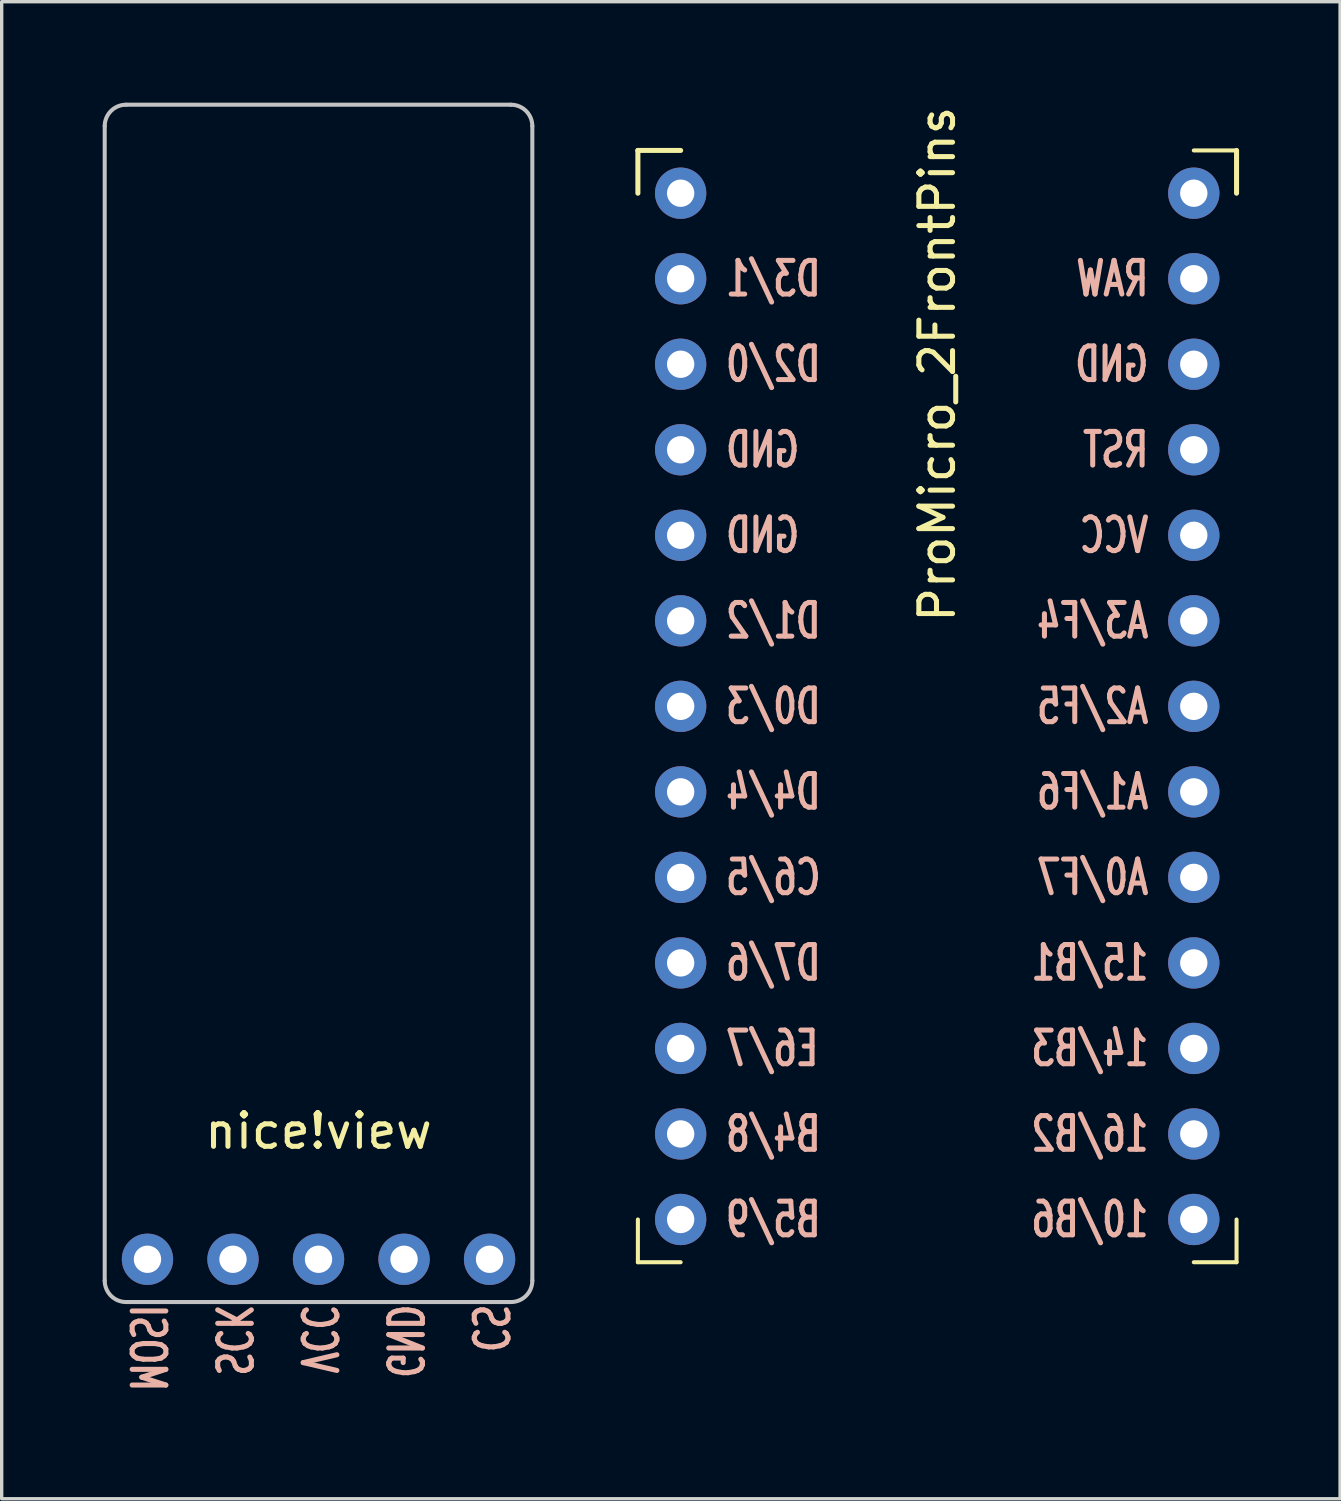
<source format=kicad_pcb>
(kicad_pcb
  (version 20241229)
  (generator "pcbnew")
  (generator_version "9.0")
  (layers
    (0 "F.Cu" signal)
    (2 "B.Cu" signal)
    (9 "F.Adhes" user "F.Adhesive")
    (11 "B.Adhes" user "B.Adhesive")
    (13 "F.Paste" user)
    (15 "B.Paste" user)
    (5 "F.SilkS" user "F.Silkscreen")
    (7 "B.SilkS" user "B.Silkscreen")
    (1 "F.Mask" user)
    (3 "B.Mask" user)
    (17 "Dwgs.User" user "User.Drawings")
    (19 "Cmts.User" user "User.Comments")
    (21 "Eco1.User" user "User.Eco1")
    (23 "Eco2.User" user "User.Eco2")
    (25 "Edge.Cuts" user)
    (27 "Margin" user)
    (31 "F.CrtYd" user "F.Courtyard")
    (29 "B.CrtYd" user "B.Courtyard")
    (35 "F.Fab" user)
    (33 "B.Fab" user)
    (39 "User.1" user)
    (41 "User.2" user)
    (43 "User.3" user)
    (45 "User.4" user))
  (footprint "ProMicro_2FrontPins"
    (layer "F.Cu")
    (at 24.785 17.928)
    (property "Reference" "ProMicro_2FrontPins" (at 0 -10.16 90) (unlocked yes) (layer "F.SilkS") (effects (font (size 1 1) (thickness 0.15))))
    (attr through_hole)
    (fp_line (start -8.89 -16.51) (end -8.89 -15.24) (stroke (width 0.15) (type solid)) (layer "F.SilkS"))
    (fp_line (start -8.89 -16.51) (end -7.62 -16.51) (stroke (width 0.15) (type solid)) (layer "F.SilkS"))
    (fp_line (start -8.89 16.51) (end -8.89 15.24) (stroke (width 0.12) (type solid)) (layer "F.SilkS"))
    (fp_line (start -8.89 16.51) (end -7.62 16.51) (stroke (width 0.12) (type solid)) (layer "F.SilkS"))
    (fp_line (start 8.89 -16.51) (end 7.62 -16.51) (stroke (width 0.12) (type solid)) (layer "F.SilkS"))
    (fp_line (start 8.89 -16.51) (end 8.89 -15.24) (stroke (width 0.15) (type solid)) (layer "F.SilkS"))
    (fp_line (start 8.89 16.51) (end 7.62 16.51) (stroke (width 0.12) (type solid)) (layer "F.SilkS"))
    (fp_line (start 8.89 16.51) (end 8.89 15.24) (stroke (width 0.12) (type solid)) (layer "F.SilkS"))
    (fp_text user "14/B3" (at 6.35 10.16 0) (unlocked yes) (layer "B.SilkS") (effects (font (size 1 0.7) (thickness 0.15)) (justify left mirror)))
    (fp_text user "A1/F6" (at 6.35 2.54 0) (unlocked yes) (layer "B.SilkS") (effects (font (size 1 0.7) (thickness 0.15)) (justify left mirror)))
    (fp_text user "D2/0" (at -6.35 -10.16 0) (unlocked yes) (layer "B.SilkS") (effects (font (size 1 0.7) (thickness 0.15)) (justify right mirror)))
    (fp_text user "RST" (at 6.35 -7.62 0) (unlocked yes) (layer "B.SilkS") (effects (font (size 1 0.7) (thickness 0.15)) (justify left mirror)))
    (fp_text user "E6/7" (at -6.35 10.16 0) (unlocked yes) (layer "B.SilkS") (effects (font (size 1 0.7) (thickness 0.15)) (justify right mirror)))
    (fp_text user "B4/8" (at -6.35 12.7 0) (unlocked yes) (layer "B.SilkS") (effects (font (size 1 0.7) (thickness 0.15)) (justify right mirror)))
    (fp_text user "GND" (at -6.35 -7.62 0) (unlocked yes) (layer "B.SilkS") (effects (font (size 1 0.7) (thickness 0.15)) (justify right mirror)))
    (fp_text user "C6/5" (at -6.35 5.08 0) (unlocked yes) (layer "B.SilkS") (effects (font (size 1 0.7) (thickness 0.15)) (justify right mirror)))
    (fp_text user "D0/3" (at -6.35 0 0) (unlocked yes) (layer "B.SilkS") (effects (font (size 1 0.7) (thickness 0.15)) (justify right mirror)))
    (fp_text user "VCC" (at 6.35 -5.08 0) (unlocked yes) (layer "B.SilkS") (effects (font (size 1 0.7) (thickness 0.15)) (justify left mirror)))
    (fp_text user "D1/2" (at -6.35 -2.54 0) (unlocked yes) (layer "B.SilkS") (effects (font (size 1 0.7) (thickness 0.15)) (justify right mirror)))
    (fp_text user "GND" (at 6.35 -10.16 0) (unlocked yes) (layer "B.SilkS") (effects (font (size 1 0.7) (thickness 0.15)) (justify left mirror)))
    (fp_text user "A3/F4" (at 6.35 -2.54 0) (unlocked yes) (layer "B.SilkS") (effects (font (size 1 0.7) (thickness 0.15)) (justify left mirror)))
    (fp_text user "D7/6" (at -6.35 7.62 0) (unlocked yes) (layer "B.SilkS") (effects (font (size 1 0.7) (thickness 0.15)) (justify right mirror)))
    (fp_text user "A0/F7" (at 6.35 5.08 0) (unlocked yes) (layer "B.SilkS") (effects (font (size 1 0.7) (thickness 0.15)) (justify left mirror)))
    (fp_text user "B5/9" (at -6.35 15.24 0) (unlocked yes) (layer "B.SilkS") (effects (font (size 1 0.7) (thickness 0.15)) (justify right mirror)))
    (fp_text user "10/B6" (at 6.35 15.24 0) (unlocked yes) (layer "B.SilkS") (effects (font (size 1 0.7) (thickness 0.15)) (justify left mirror)))
    (fp_text user "16/B2" (at 6.35 12.7 0) (unlocked yes) (layer "B.SilkS") (effects (font (size 1 0.7) (thickness 0.15)) (justify left mirror)))
    (fp_text user "A2/F5" (at 6.35 0 0) (unlocked yes) (layer "B.SilkS") (effects (font (size 1 0.7) (thickness 0.15)) (justify left mirror)))
    (fp_text user "GND" (at -6.35 -5.08 0) (unlocked yes) (layer "B.SilkS") (effects (font (size 1 0.7) (thickness 0.15)) (justify right mirror)))
    (fp_text user "D4/4" (at -6.35 2.54 0) (unlocked yes) (layer "B.SilkS") (effects (font (size 1 0.7) (thickness 0.15)) (justify right mirror)))
    (fp_text user "RAW" (at 6.35 -12.7 0) (unlocked yes) (layer "B.SilkS") (effects (font (size 1 0.7) (thickness 0.15)) (justify left mirror)))
    (fp_text user "15/B1" (at 6.35 7.62 0) (unlocked yes) (layer "B.SilkS") (effects (font (size 1 0.7) (thickness 0.15)) (justify left mirror)))
    (fp_text user "D3/1" (at -6.35 -12.7 0) (unlocked yes) (layer "B.SilkS") (effects (font (size 1 0.7) (thickness 0.15)) (justify right mirror)))
    (pad "1" thru_hole circle (at -7.62 -12.7) (size 1.524 1.524) (drill 0.813) (layers "*.Cu" "B.Mask"))
    (pad "2" thru_hole circle (at -7.62 -10.16) (size 1.524 1.524) (drill 0.813) (layers "*.Cu" "B.Mask"))
    (pad "3" thru_hole circle (at -7.62 -7.62) (size 1.524 1.524) (drill 0.813) (layers "*.Cu" "B.Mask"))
    (pad "4" thru_hole circle (at -7.62 -5.08) (size 1.524 1.524) (drill 0.813) (layers "*.Cu" "B.Mask"))
    (pad "5" thru_hole circle (at -7.62 -2.54) (size 1.524 1.524) (drill 0.813) (layers "*.Cu" "B.Mask"))
    (pad "6" thru_hole circle (at -7.62 0) (size 1.524 1.524) (drill 0.813) (layers "*.Cu" "B.Mask"))
    (pad "7" thru_hole circle (at -7.62 2.54) (size 1.524 1.524) (drill 0.813) (layers "*.Cu" "B.Mask"))
    (pad "8" thru_hole circle (at -7.62 5.08) (size 1.524 1.524) (drill 0.813) (layers "*.Cu" "B.Mask"))
    (pad "9" thru_hole circle (at -7.62 7.62) (size 1.524 1.524) (drill 0.813) (layers "*.Cu" "B.Mask"))
    (pad "10" thru_hole circle (at -7.62 10.16) (size 1.524 1.524) (drill 0.813) (layers "*.Cu" "B.Mask"))
    (pad "11" thru_hole circle (at -7.62 12.7) (size 1.524 1.524) (drill 0.813) (layers "*.Cu" "B.Mask"))
    (pad "12" thru_hole circle (at -7.62 15.24) (size 1.524 1.524) (drill 0.813) (layers "*.Cu" "B.Mask"))
    (pad "13" thru_hole circle (at 7.62 15.24) (size 1.524 1.524) (drill 0.813) (layers "*.Cu" "B.Mask"))
    (pad "14" thru_hole circle (at 7.62 12.7) (size 1.524 1.524) (drill 0.813) (layers "*.Cu" "B.Mask"))
    (pad "15" thru_hole circle (at 7.62 10.16) (size 1.524 1.524) (drill 0.813) (layers "*.Cu" "B.Mask"))
    (pad "16" thru_hole circle (at 7.62 7.62) (size 1.524 1.524) (drill 0.813) (layers "*.Cu" "B.Mask"))
    (pad "17" thru_hole circle (at 7.62 5.08) (size 1.524 1.524) (drill 0.813) (layers "*.Cu" "B.Mask"))
    (pad "18" thru_hole circle (at 7.62 2.54) (size 1.524 1.524) (drill 0.813) (layers "*.Cu" "B.Mask"))
    (pad "19" thru_hole circle (at 7.62 0) (size 1.524 1.524) (drill 0.813) (layers "*.Cu" "B.Mask"))
    (pad "20" thru_hole circle (at 7.62 -2.54) (size 1.524 1.524) (drill 0.813) (layers "*.Cu" "B.Mask"))
    (pad "21" thru_hole circle (at 7.62 -5.08) (size 1.524 1.524) (drill 0.813) (layers "*.Cu" "B.Mask"))
    (pad "22" thru_hole circle (at 7.62 -7.62) (size 1.524 1.524) (drill 0.813) (layers "*.Cu" "B.Mask"))
    (pad "23" thru_hole circle (at 7.62 -10.16) (size 1.524 1.524) (drill 0.813) (layers "*.Cu" "B.Mask"))
    (pad "24" thru_hole circle (at 7.62 -12.7) (size 1.524 1.524) (drill 0.813) (layers "*.Cu" "B.Mask"))
    (pad "25" thru_hole circle (at -7.62 -15.24) (size 1.524 1.524) (drill 0.813) (layers "*.Cu" "*.Mask"))
    (pad "26" thru_hole circle (at 7.62 -15.24) (size 1.524 1.524) (drill 0.813) (layers "*.Cu" "*.Mask")))
  (footprint "nice!view"
    (layer "F.Cu")
    (at 6.41 34.35)
    (property "Reference" "nice!view" (at 0 -3.81 0) (unlocked yes) (layer "F.SilkS") (effects (font (size 1 1) (thickness 0.15))))
    (attr through_hole)
    (fp_line (start -6.35 0.635) (end -6.35 -33.655) (stroke (width 0.12) (type solid)) (layer "Dwgs.User"))
    (fp_line (start -5.715 -34.29) (end 5.715 -34.29) (stroke (width 0.12) (type solid)) (layer "Dwgs.User"))
    (fp_line (start -5.715 1.27) (end 5.715 1.27) (stroke (width 0.12) (type solid)) (layer "Dwgs.User"))
    (fp_line (start 6.35 -33.655) (end 6.35 0.635) (stroke (width 0.12) (type solid)) (layer "Dwgs.User"))
    (fp_arc (start -6.35 -33.655) (mid -6.164013 -34.104013) (end -5.715 -34.29) (stroke (width 0.12) (type solid)) (layer "Dwgs.User"))
    (fp_arc (start -5.715 1.27) (mid -6.164013 1.084013) (end -6.35 0.635) (stroke (width 0.12) (type solid)) (layer "Dwgs.User"))
    (fp_arc (start 5.715 -34.29) (mid 6.164013 -34.104013) (end 6.35 -33.655) (stroke (width 0.12) (type solid)) (layer "Dwgs.User"))
    (fp_arc (start 6.35 0.635) (mid 6.164013 1.084013) (end 5.715 1.27) (stroke (width 0.12) (type solid)) (layer "Dwgs.User"))
    (fp_text user "SCK" (at -2.54 1.27 270) (unlocked yes) (layer "B.SilkS") (effects (font (size 1 0.7) (thickness 0.15)) (justify right mirror)))
    (fp_text user "MOSI" (at -5.08 1.27 270) (unlocked yes) (layer "B.SilkS") (effects (font (size 1 0.7) (thickness 0.15)) (justify right mirror)))
    (fp_text user "GND" (at 2.54 1.27 270) (unlocked yes) (layer "B.SilkS") (effects (font (size 1 0.7) (thickness 0.15)) (justify right mirror)))
    (fp_text user "CS" (at 5.08 1.27 270) (unlocked yes) (layer "B.SilkS") (effects (font (size 1 0.7) (thickness 0.15)) (justify right mirror)))
    (fp_text user "VCC" (at 0 1.27 270) (unlocked yes) (layer "B.SilkS") (effects (font (size 1 0.7) (thickness 0.15)) (justify right mirror)))
    (pad "1" thru_hole circle (at -5.08 0) (size 1.524 1.524) (drill 0.813) (layers "*.Cu" "B.Mask"))
    (pad "2" thru_hole circle (at -2.54 0) (size 1.524 1.524) (drill 0.813) (layers "*.Cu" "B.Mask"))
    (pad "3" thru_hole circle (at 0 0) (size 1.524 1.524) (drill 0.813) (layers "*.Cu" "B.Mask"))
    (pad "4" thru_hole circle (at 2.54 0) (size 1.524 1.524) (drill 0.813) (layers "*.Cu" "B.Mask"))
    (pad "5" thru_hole circle (at 5.08 0) (size 1.524 1.524) (drill 0.813) (layers "*.Cu" "B.Mask")))
  (gr_rect
    (start -3 -3)
    (end 36.75 41.463)
    (stroke (width 0.1) (type default))
    (fill no)
    (layer "Edge.Cuts")))
</source>
